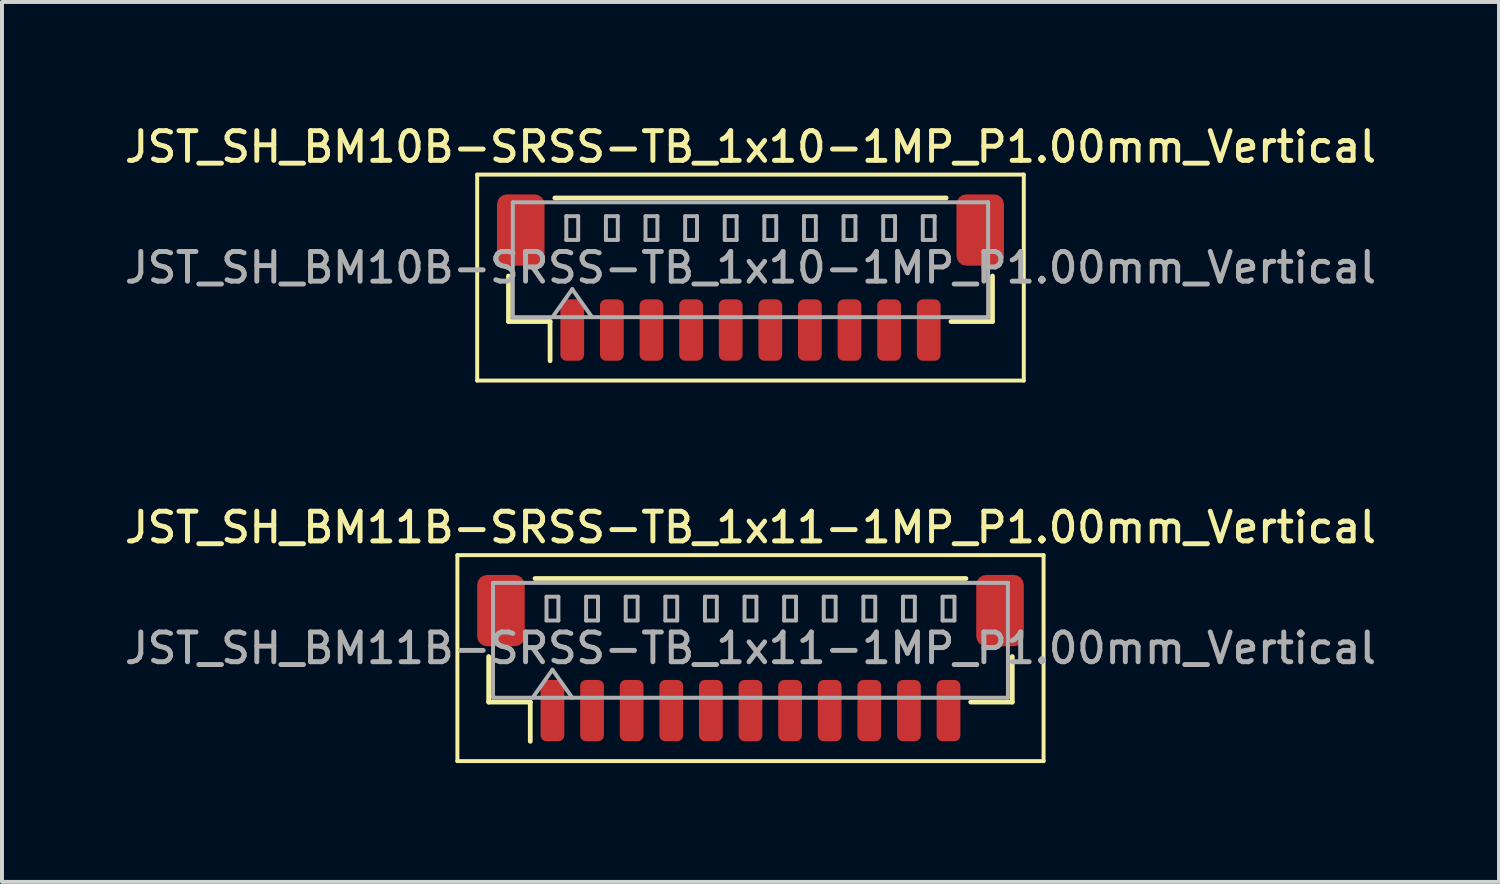
<source format=kicad_pcb>
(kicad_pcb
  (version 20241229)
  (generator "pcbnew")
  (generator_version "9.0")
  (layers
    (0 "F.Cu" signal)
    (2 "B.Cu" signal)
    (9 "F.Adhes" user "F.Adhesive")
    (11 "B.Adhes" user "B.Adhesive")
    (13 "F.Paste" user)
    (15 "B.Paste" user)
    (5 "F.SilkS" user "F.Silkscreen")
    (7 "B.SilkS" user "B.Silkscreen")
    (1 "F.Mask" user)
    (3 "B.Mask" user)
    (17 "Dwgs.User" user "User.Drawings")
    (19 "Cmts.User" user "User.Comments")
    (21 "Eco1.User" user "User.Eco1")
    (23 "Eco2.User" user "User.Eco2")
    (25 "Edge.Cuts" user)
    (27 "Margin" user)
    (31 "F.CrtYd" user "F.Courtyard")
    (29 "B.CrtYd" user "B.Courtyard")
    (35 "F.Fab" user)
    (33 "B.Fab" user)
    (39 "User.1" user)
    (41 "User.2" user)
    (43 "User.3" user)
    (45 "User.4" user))
  (footprint "JST_SH_BM10B-SRSS-TB_1x10-1MP_P1.00mm_Vertical"
    (layer "F.Cu")
    (at 15.898 3.958)
    (property "Reference" "JST_SH_BM10B-SRSS-TB_1x10-1MP_P1.00mm_Vertical" (at 0 -3.3 0) (layer "F.SilkS") (effects (font (size 0.75 0.75) (thickness 0.125))))
    (attr smd)
    (fp_line (start -6.9 -2.6) (end -6.9 2.6) (stroke (width 0.1) (type solid)) (layer "F.SilkS"))
    (fp_line (start -6.9 2.6) (end 6.9 2.6) (stroke (width 0.1) (type solid)) (layer "F.SilkS"))
    (fp_line (start -6.11 -0.04) (end -6.11 1.11) (stroke (width 0.12) (type solid)) (layer "F.SilkS"))
    (fp_line (start -6.11 1.11) (end -5.06 1.11) (stroke (width 0.12) (type solid)) (layer "F.SilkS"))
    (fp_line (start -5.06 1.11) (end -5.06 2.1) (stroke (width 0.12) (type solid)) (layer "F.SilkS"))
    (fp_line (start -4.94 -2.01) (end 4.94 -2.01) (stroke (width 0.12) (type solid)) (layer "F.SilkS"))
    (fp_line (start 6.11 -0.04) (end 6.11 1.11) (stroke (width 0.12) (type solid)) (layer "F.SilkS"))
    (fp_line (start 6.11 1.11) (end 5.06 1.11) (stroke (width 0.12) (type solid)) (layer "F.SilkS"))
    (fp_line (start 6.9 -2.6) (end -6.9 -2.6) (stroke (width 0.1) (type solid)) (layer "F.SilkS"))
    (fp_line (start 6.9 2.6) (end 6.9 -2.6) (stroke (width 0.1) (type solid)) (layer "F.SilkS"))
    (fp_line (start -6 -1.9) (end 6 -1.9) (stroke (width 0.1) (type solid)) (layer "F.Fab"))
    (fp_line (start -6 1) (end -6 -1.9) (stroke (width 0.1) (type solid)) (layer "F.Fab"))
    (fp_line (start -6 1) (end 6 1) (stroke (width 0.1) (type solid)) (layer "F.Fab"))
    (fp_line (start -5 1) (end -4.5 0.293) (stroke (width 0.1) (type solid)) (layer "F.Fab"))
    (fp_line (start -4.65 -1.55) (end -4.65 -0.95) (stroke (width 0.1) (type solid)) (layer "F.Fab"))
    (fp_line (start -4.65 -0.95) (end -4.35 -0.95) (stroke (width 0.1) (type solid)) (layer "F.Fab"))
    (fp_line (start -4.5 0.293) (end -4 1) (stroke (width 0.1) (type solid)) (layer "F.Fab"))
    (fp_line (start -4.35 -1.55) (end -4.65 -1.55) (stroke (width 0.1) (type solid)) (layer "F.Fab"))
    (fp_line (start -4.35 -0.95) (end -4.35 -1.55) (stroke (width 0.1) (type solid)) (layer "F.Fab"))
    (fp_line (start -3.65 -1.55) (end -3.65 -0.95) (stroke (width 0.1) (type solid)) (layer "F.Fab"))
    (fp_line (start -3.65 -0.95) (end -3.35 -0.95) (stroke (width 0.1) (type solid)) (layer "F.Fab"))
    (fp_line (start -3.35 -1.55) (end -3.65 -1.55) (stroke (width 0.1) (type solid)) (layer "F.Fab"))
    (fp_line (start -3.35 -0.95) (end -3.35 -1.55) (stroke (width 0.1) (type solid)) (layer "F.Fab"))
    (fp_line (start -2.65 -1.55) (end -2.65 -0.95) (stroke (width 0.1) (type solid)) (layer "F.Fab"))
    (fp_line (start -2.65 -0.95) (end -2.35 -0.95) (stroke (width 0.1) (type solid)) (layer "F.Fab"))
    (fp_line (start -2.35 -1.55) (end -2.65 -1.55) (stroke (width 0.1) (type solid)) (layer "F.Fab"))
    (fp_line (start -2.35 -0.95) (end -2.35 -1.55) (stroke (width 0.1) (type solid)) (layer "F.Fab"))
    (fp_line (start -1.65 -1.55) (end -1.65 -0.95) (stroke (width 0.1) (type solid)) (layer "F.Fab"))
    (fp_line (start -1.65 -0.95) (end -1.35 -0.95) (stroke (width 0.1) (type solid)) (layer "F.Fab"))
    (fp_line (start -1.35 -1.55) (end -1.65 -1.55) (stroke (width 0.1) (type solid)) (layer "F.Fab"))
    (fp_line (start -1.35 -0.95) (end -1.35 -1.55) (stroke (width 0.1) (type solid)) (layer "F.Fab"))
    (fp_line (start -0.65 -1.55) (end -0.65 -0.95) (stroke (width 0.1) (type solid)) (layer "F.Fab"))
    (fp_line (start -0.65 -0.95) (end -0.35 -0.95) (stroke (width 0.1) (type solid)) (layer "F.Fab"))
    (fp_line (start -0.35 -1.55) (end -0.65 -1.55) (stroke (width 0.1) (type solid)) (layer "F.Fab"))
    (fp_line (start -0.35 -0.95) (end -0.35 -1.55) (stroke (width 0.1) (type solid)) (layer "F.Fab"))
    (fp_line (start 0.35 -1.55) (end 0.35 -0.95) (stroke (width 0.1) (type solid)) (layer "F.Fab"))
    (fp_line (start 0.35 -0.95) (end 0.65 -0.95) (stroke (width 0.1) (type solid)) (layer "F.Fab"))
    (fp_line (start 0.65 -1.55) (end 0.35 -1.55) (stroke (width 0.1) (type solid)) (layer "F.Fab"))
    (fp_line (start 0.65 -0.95) (end 0.65 -1.55) (stroke (width 0.1) (type solid)) (layer "F.Fab"))
    (fp_line (start 1.35 -1.55) (end 1.35 -0.95) (stroke (width 0.1) (type solid)) (layer "F.Fab"))
    (fp_line (start 1.35 -0.95) (end 1.65 -0.95) (stroke (width 0.1) (type solid)) (layer "F.Fab"))
    (fp_line (start 1.65 -1.55) (end 1.35 -1.55) (stroke (width 0.1) (type solid)) (layer "F.Fab"))
    (fp_line (start 1.65 -0.95) (end 1.65 -1.55) (stroke (width 0.1) (type solid)) (layer "F.Fab"))
    (fp_line (start 2.35 -1.55) (end 2.35 -0.95) (stroke (width 0.1) (type solid)) (layer "F.Fab"))
    (fp_line (start 2.35 -0.95) (end 2.65 -0.95) (stroke (width 0.1) (type solid)) (layer "F.Fab"))
    (fp_line (start 2.65 -1.55) (end 2.35 -1.55) (stroke (width 0.1) (type solid)) (layer "F.Fab"))
    (fp_line (start 2.65 -0.95) (end 2.65 -1.55) (stroke (width 0.1) (type solid)) (layer "F.Fab"))
    (fp_line (start 3.35 -1.55) (end 3.35 -0.95) (stroke (width 0.1) (type solid)) (layer "F.Fab"))
    (fp_line (start 3.35 -0.95) (end 3.65 -0.95) (stroke (width 0.1) (type solid)) (layer "F.Fab"))
    (fp_line (start 3.65 -1.55) (end 3.35 -1.55) (stroke (width 0.1) (type solid)) (layer "F.Fab"))
    (fp_line (start 3.65 -0.95) (end 3.65 -1.55) (stroke (width 0.1) (type solid)) (layer "F.Fab"))
    (fp_line (start 4.35 -1.55) (end 4.35 -0.95) (stroke (width 0.1) (type solid)) (layer "F.Fab"))
    (fp_line (start 4.35 -0.95) (end 4.65 -0.95) (stroke (width 0.1) (type solid)) (layer "F.Fab"))
    (fp_line (start 4.65 -1.55) (end 4.35 -1.55) (stroke (width 0.1) (type solid)) (layer "F.Fab"))
    (fp_line (start 4.65 -0.95) (end 4.65 -1.55) (stroke (width 0.1) (type solid)) (layer "F.Fab"))
    (fp_line (start 6 1) (end 6 -1.9) (stroke (width 0.1) (type solid)) (layer "F.Fab"))
    (fp_text user "${REFERENCE}" (at 0 -0.25 0) (layer "F.Fab") (effects (font (size 0.75 0.75) (thickness 0.125))))
    (pad "1" smd roundrect (at -4.5 1.325) (size 0.6 1.55) (layers "F.Cu" "F.Mask" "F.Paste") (roundrect_rratio 0.25))
    (pad "2" smd roundrect (at -3.5 1.325) (size 0.6 1.55) (layers "F.Cu" "F.Mask" "F.Paste") (roundrect_rratio 0.25))
    (pad "3" smd roundrect (at -2.5 1.325) (size 0.6 1.55) (layers "F.Cu" "F.Mask" "F.Paste") (roundrect_rratio 0.25))
    (pad "4" smd roundrect (at -1.5 1.325) (size 0.6 1.55) (layers "F.Cu" "F.Mask" "F.Paste") (roundrect_rratio 0.25))
    (pad "5" smd roundrect (at -0.5 1.325) (size 0.6 1.55) (layers "F.Cu" "F.Mask" "F.Paste") (roundrect_rratio 0.25))
    (pad "6" smd roundrect (at 0.5 1.325) (size 0.6 1.55) (layers "F.Cu" "F.Mask" "F.Paste") (roundrect_rratio 0.25))
    (pad "7" smd roundrect (at 1.5 1.325) (size 0.6 1.55) (layers "F.Cu" "F.Mask" "F.Paste") (roundrect_rratio 0.25))
    (pad "8" smd roundrect (at 2.5 1.325) (size 0.6 1.55) (layers "F.Cu" "F.Mask" "F.Paste") (roundrect_rratio 0.25))
    (pad "9" smd roundrect (at 3.5 1.325) (size 0.6 1.55) (layers "F.Cu" "F.Mask" "F.Paste") (roundrect_rratio 0.25))
    (pad "10" smd roundrect (at 4.5 1.325) (size 0.6 1.55) (layers "F.Cu" "F.Mask" "F.Paste") (roundrect_rratio 0.25))
    (pad "MP" smd roundrect (at -5.8 -1.2) (size 1.2 1.8) (layers "F.Cu" "F.Mask" "F.Paste") (roundrect_rratio 0.208))
    (pad "MP" smd roundrect (at 5.8 -1.2) (size 1.2 1.8) (layers "F.Cu" "F.Mask" "F.Paste") (roundrect_rratio 0.208)))
  (footprint "JST_SH_BM11B-SRSS-TB_1x11-1MP_P1.00mm_Vertical"
    (layer "F.Cu")
    (at 15.898 13.566)
    (property "Reference" "JST_SH_BM11B-SRSS-TB_1x11-1MP_P1.00mm_Vertical" (at 0 -3.3 0) (layer "F.SilkS") (effects (font (size 0.75 0.75) (thickness 0.125))))
    (attr smd)
    (fp_line (start -7.4 -2.6) (end -7.4 2.6) (stroke (width 0.1) (type solid)) (layer "F.SilkS"))
    (fp_line (start -7.4 2.6) (end 7.4 2.6) (stroke (width 0.1) (type solid)) (layer "F.SilkS"))
    (fp_line (start -6.61 -0.04) (end -6.61 1.11) (stroke (width 0.12) (type solid)) (layer "F.SilkS"))
    (fp_line (start -6.61 1.11) (end -5.56 1.11) (stroke (width 0.12) (type solid)) (layer "F.SilkS"))
    (fp_line (start -5.56 1.11) (end -5.56 2.1) (stroke (width 0.12) (type solid)) (layer "F.SilkS"))
    (fp_line (start -5.44 -2.01) (end 5.44 -2.01) (stroke (width 0.12) (type solid)) (layer "F.SilkS"))
    (fp_line (start 6.61 -0.04) (end 6.61 1.11) (stroke (width 0.12) (type solid)) (layer "F.SilkS"))
    (fp_line (start 6.61 1.11) (end 5.56 1.11) (stroke (width 0.12) (type solid)) (layer "F.SilkS"))
    (fp_line (start 7.4 -2.6) (end -7.4 -2.6) (stroke (width 0.1) (type solid)) (layer "F.SilkS"))
    (fp_line (start 7.4 2.6) (end 7.4 -2.6) (stroke (width 0.1) (type solid)) (layer "F.SilkS"))
    (fp_line (start -6.5 -1.9) (end 6.5 -1.9) (stroke (width 0.1) (type solid)) (layer "F.Fab"))
    (fp_line (start -6.5 1) (end -6.5 -1.9) (stroke (width 0.1) (type solid)) (layer "F.Fab"))
    (fp_line (start -6.5 1) (end 6.5 1) (stroke (width 0.1) (type solid)) (layer "F.Fab"))
    (fp_line (start -5.5 1) (end -5 0.293) (stroke (width 0.1) (type solid)) (layer "F.Fab"))
    (fp_line (start -5.15 -1.55) (end -5.15 -0.95) (stroke (width 0.1) (type solid)) (layer "F.Fab"))
    (fp_line (start -5.15 -0.95) (end -4.85 -0.95) (stroke (width 0.1) (type solid)) (layer "F.Fab"))
    (fp_line (start -5 0.293) (end -4.5 1) (stroke (width 0.1) (type solid)) (layer "F.Fab"))
    (fp_line (start -4.85 -1.55) (end -5.15 -1.55) (stroke (width 0.1) (type solid)) (layer "F.Fab"))
    (fp_line (start -4.85 -0.95) (end -4.85 -1.55) (stroke (width 0.1) (type solid)) (layer "F.Fab"))
    (fp_line (start -4.15 -1.55) (end -4.15 -0.95) (stroke (width 0.1) (type solid)) (layer "F.Fab"))
    (fp_line (start -4.15 -0.95) (end -3.85 -0.95) (stroke (width 0.1) (type solid)) (layer "F.Fab"))
    (fp_line (start -3.85 -1.55) (end -4.15 -1.55) (stroke (width 0.1) (type solid)) (layer "F.Fab"))
    (fp_line (start -3.85 -0.95) (end -3.85 -1.55) (stroke (width 0.1) (type solid)) (layer "F.Fab"))
    (fp_line (start -3.15 -1.55) (end -3.15 -0.95) (stroke (width 0.1) (type solid)) (layer "F.Fab"))
    (fp_line (start -3.15 -0.95) (end -2.85 -0.95) (stroke (width 0.1) (type solid)) (layer "F.Fab"))
    (fp_line (start -2.85 -1.55) (end -3.15 -1.55) (stroke (width 0.1) (type solid)) (layer "F.Fab"))
    (fp_line (start -2.85 -0.95) (end -2.85 -1.55) (stroke (width 0.1) (type solid)) (layer "F.Fab"))
    (fp_line (start -2.15 -1.55) (end -2.15 -0.95) (stroke (width 0.1) (type solid)) (layer "F.Fab"))
    (fp_line (start -2.15 -0.95) (end -1.85 -0.95) (stroke (width 0.1) (type solid)) (layer "F.Fab"))
    (fp_line (start -1.85 -1.55) (end -2.15 -1.55) (stroke (width 0.1) (type solid)) (layer "F.Fab"))
    (fp_line (start -1.85 -0.95) (end -1.85 -1.55) (stroke (width 0.1) (type solid)) (layer "F.Fab"))
    (fp_line (start -1.15 -1.55) (end -1.15 -0.95) (stroke (width 0.1) (type solid)) (layer "F.Fab"))
    (fp_line (start -1.15 -0.95) (end -0.85 -0.95) (stroke (width 0.1) (type solid)) (layer "F.Fab"))
    (fp_line (start -0.85 -1.55) (end -1.15 -1.55) (stroke (width 0.1) (type solid)) (layer "F.Fab"))
    (fp_line (start -0.85 -0.95) (end -0.85 -1.55) (stroke (width 0.1) (type solid)) (layer "F.Fab"))
    (fp_line (start -0.15 -1.55) (end -0.15 -0.95) (stroke (width 0.1) (type solid)) (layer "F.Fab"))
    (fp_line (start -0.15 -0.95) (end 0.15 -0.95) (stroke (width 0.1) (type solid)) (layer "F.Fab"))
    (fp_line (start 0.15 -1.55) (end -0.15 -1.55) (stroke (width 0.1) (type solid)) (layer "F.Fab"))
    (fp_line (start 0.15 -0.95) (end 0.15 -1.55) (stroke (width 0.1) (type solid)) (layer "F.Fab"))
    (fp_line (start 0.85 -1.55) (end 0.85 -0.95) (stroke (width 0.1) (type solid)) (layer "F.Fab"))
    (fp_line (start 0.85 -0.95) (end 1.15 -0.95) (stroke (width 0.1) (type solid)) (layer "F.Fab"))
    (fp_line (start 1.15 -1.55) (end 0.85 -1.55) (stroke (width 0.1) (type solid)) (layer "F.Fab"))
    (fp_line (start 1.15 -0.95) (end 1.15 -1.55) (stroke (width 0.1) (type solid)) (layer "F.Fab"))
    (fp_line (start 1.85 -1.55) (end 1.85 -0.95) (stroke (width 0.1) (type solid)) (layer "F.Fab"))
    (fp_line (start 1.85 -0.95) (end 2.15 -0.95) (stroke (width 0.1) (type solid)) (layer "F.Fab"))
    (fp_line (start 2.15 -1.55) (end 1.85 -1.55) (stroke (width 0.1) (type solid)) (layer "F.Fab"))
    (fp_line (start 2.15 -0.95) (end 2.15 -1.55) (stroke (width 0.1) (type solid)) (layer "F.Fab"))
    (fp_line (start 2.85 -1.55) (end 2.85 -0.95) (stroke (width 0.1) (type solid)) (layer "F.Fab"))
    (fp_line (start 2.85 -0.95) (end 3.15 -0.95) (stroke (width 0.1) (type solid)) (layer "F.Fab"))
    (fp_line (start 3.15 -1.55) (end 2.85 -1.55) (stroke (width 0.1) (type solid)) (layer "F.Fab"))
    (fp_line (start 3.15 -0.95) (end 3.15 -1.55) (stroke (width 0.1) (type solid)) (layer "F.Fab"))
    (fp_line (start 3.85 -1.55) (end 3.85 -0.95) (stroke (width 0.1) (type solid)) (layer "F.Fab"))
    (fp_line (start 3.85 -0.95) (end 4.15 -0.95) (stroke (width 0.1) (type solid)) (layer "F.Fab"))
    (fp_line (start 4.15 -1.55) (end 3.85 -1.55) (stroke (width 0.1) (type solid)) (layer "F.Fab"))
    (fp_line (start 4.15 -0.95) (end 4.15 -1.55) (stroke (width 0.1) (type solid)) (layer "F.Fab"))
    (fp_line (start 4.85 -1.55) (end 4.85 -0.95) (stroke (width 0.1) (type solid)) (layer "F.Fab"))
    (fp_line (start 4.85 -0.95) (end 5.15 -0.95) (stroke (width 0.1) (type solid)) (layer "F.Fab"))
    (fp_line (start 5.15 -1.55) (end 4.85 -1.55) (stroke (width 0.1) (type solid)) (layer "F.Fab"))
    (fp_line (start 5.15 -0.95) (end 5.15 -1.55) (stroke (width 0.1) (type solid)) (layer "F.Fab"))
    (fp_line (start 6.5 1) (end 6.5 -1.9) (stroke (width 0.1) (type solid)) (layer "F.Fab"))
    (fp_text user "${REFERENCE}" (at 0 -0.25 0) (layer "F.Fab") (effects (font (size 0.75 0.75) (thickness 0.125))))
    (pad "1" smd roundrect (at -5 1.325) (size 0.6 1.55) (layers "F.Cu" "F.Mask" "F.Paste") (roundrect_rratio 0.25))
    (pad "2" smd roundrect (at -4 1.325) (size 0.6 1.55) (layers "F.Cu" "F.Mask" "F.Paste") (roundrect_rratio 0.25))
    (pad "3" smd roundrect (at -3 1.325) (size 0.6 1.55) (layers "F.Cu" "F.Mask" "F.Paste") (roundrect_rratio 0.25))
    (pad "4" smd roundrect (at -2 1.325) (size 0.6 1.55) (layers "F.Cu" "F.Mask" "F.Paste") (roundrect_rratio 0.25))
    (pad "5" smd roundrect (at -1 1.325) (size 0.6 1.55) (layers "F.Cu" "F.Mask" "F.Paste") (roundrect_rratio 0.25))
    (pad "6" smd roundrect (at 0 1.325) (size 0.6 1.55) (layers "F.Cu" "F.Mask" "F.Paste") (roundrect_rratio 0.25))
    (pad "7" smd roundrect (at 1 1.325) (size 0.6 1.55) (layers "F.Cu" "F.Mask" "F.Paste") (roundrect_rratio 0.25))
    (pad "8" smd roundrect (at 2 1.325) (size 0.6 1.55) (layers "F.Cu" "F.Mask" "F.Paste") (roundrect_rratio 0.25))
    (pad "9" smd roundrect (at 3 1.325) (size 0.6 1.55) (layers "F.Cu" "F.Mask" "F.Paste") (roundrect_rratio 0.25))
    (pad "10" smd roundrect (at 4 1.325) (size 0.6 1.55) (layers "F.Cu" "F.Mask" "F.Paste") (roundrect_rratio 0.25))
    (pad "11" smd roundrect (at 5 1.325) (size 0.6 1.55) (layers "F.Cu" "F.Mask" "F.Paste") (roundrect_rratio 0.25))
    (pad "MP" smd roundrect (at -6.3 -1.2) (size 1.2 1.8) (layers "F.Cu" "F.Mask" "F.Paste") (roundrect_rratio 0.208))
    (pad "MP" smd roundrect (at 6.3 -1.2) (size 1.2 1.8) (layers "F.Cu" "F.Mask" "F.Paste") (roundrect_rratio 0.208)))
  (gr_rect
    (start -3 -3)
    (end 34.796 19.216)
    (stroke (width 0.1) (type default))
    (fill no)
    (layer "Edge.Cuts")))
</source>
